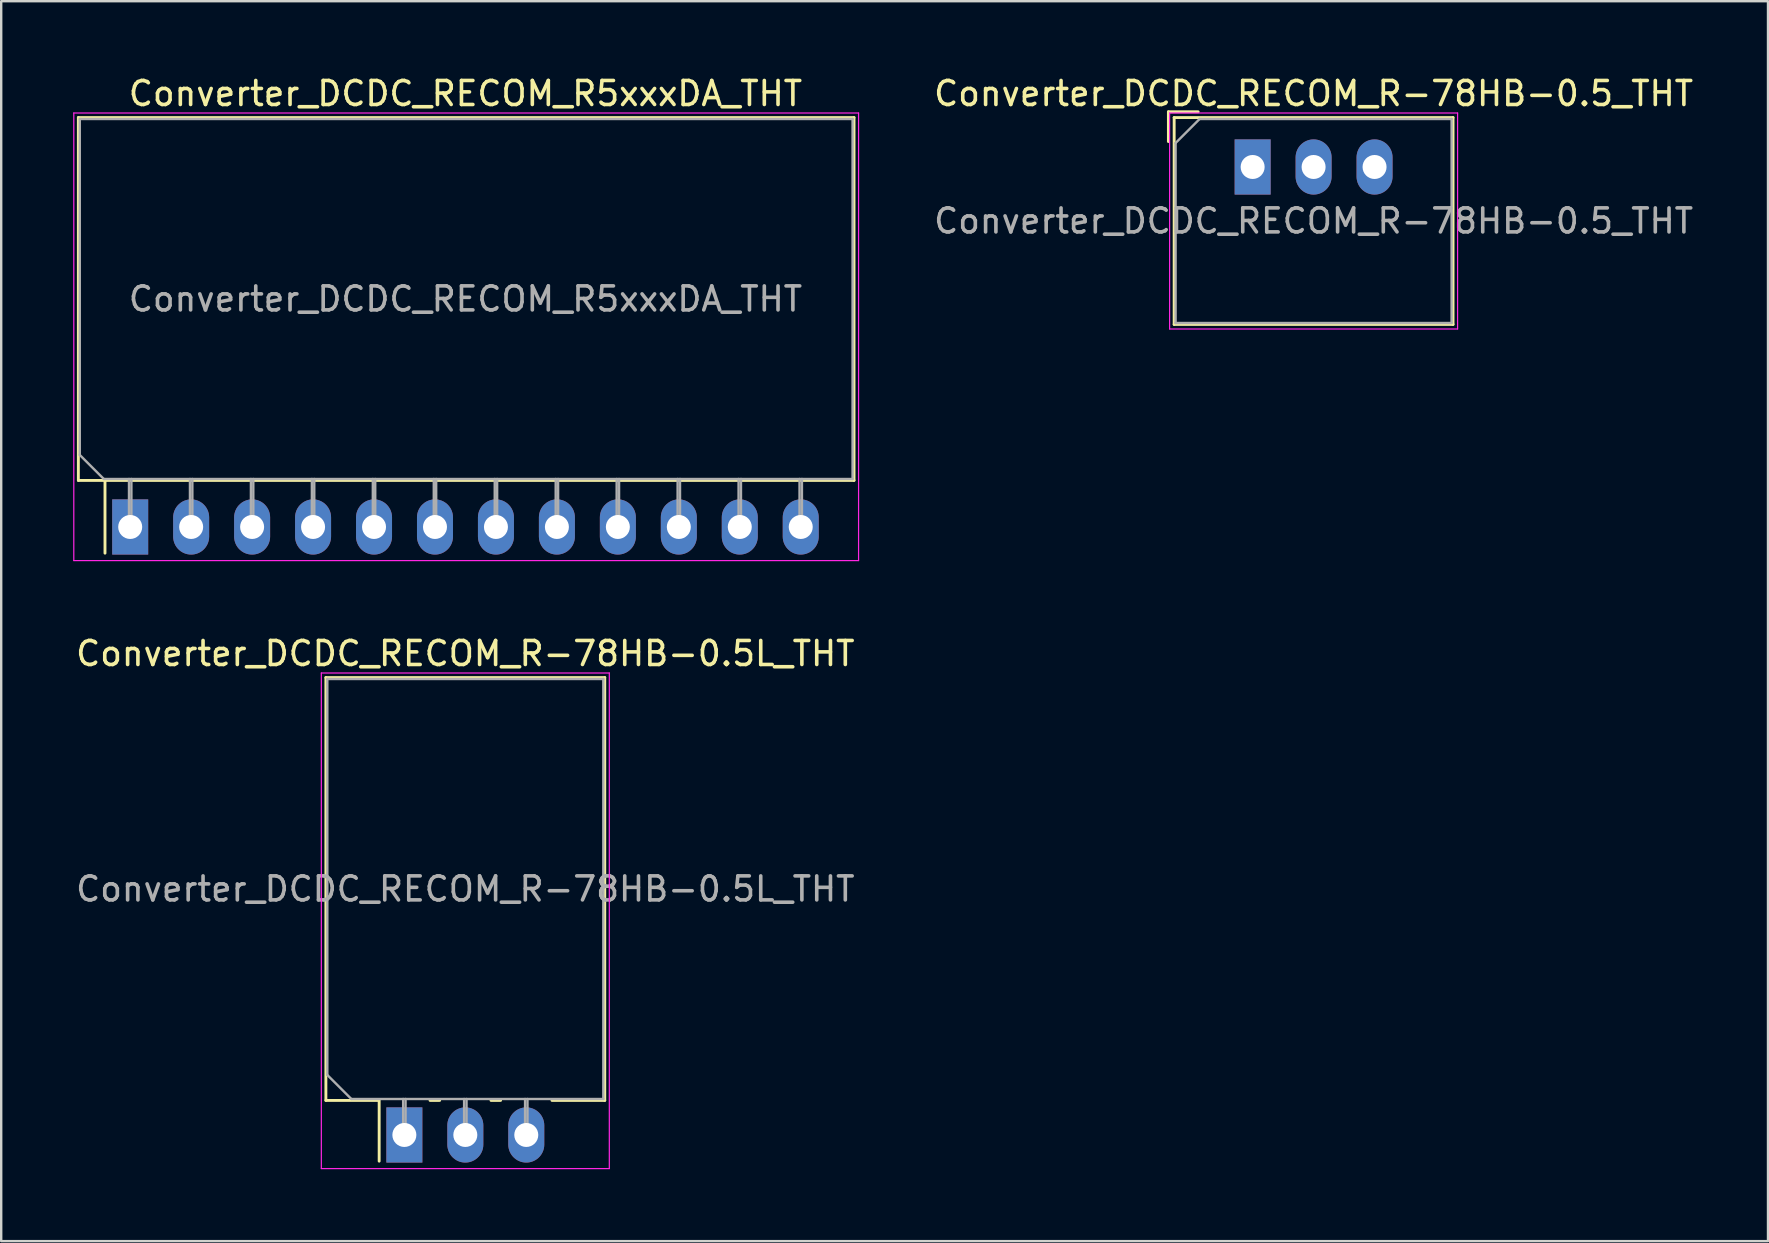
<source format=kicad_pcb>
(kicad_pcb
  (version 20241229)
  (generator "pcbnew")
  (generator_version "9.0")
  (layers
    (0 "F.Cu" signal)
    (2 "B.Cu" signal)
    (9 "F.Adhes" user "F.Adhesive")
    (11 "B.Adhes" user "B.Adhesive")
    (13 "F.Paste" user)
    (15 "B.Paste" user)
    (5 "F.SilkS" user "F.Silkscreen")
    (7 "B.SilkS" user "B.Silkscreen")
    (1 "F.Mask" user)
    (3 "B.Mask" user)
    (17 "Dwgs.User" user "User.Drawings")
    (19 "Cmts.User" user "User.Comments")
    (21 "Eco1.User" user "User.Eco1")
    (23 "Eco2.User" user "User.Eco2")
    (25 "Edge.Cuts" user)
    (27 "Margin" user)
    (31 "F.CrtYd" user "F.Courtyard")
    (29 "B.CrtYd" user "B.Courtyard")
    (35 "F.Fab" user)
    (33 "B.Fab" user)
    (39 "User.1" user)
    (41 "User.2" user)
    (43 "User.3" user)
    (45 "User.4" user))
  (footprint "Converter_DCDC_RECOM_R-78HB-0.5_THT"
    (layer "F.Cu")
    (at 49.145 3.908)
    (property "Reference" "Converter_DCDC_RECOM_R-78HB-0.5_THT" (at 2.54 -3.06 0) (layer "F.SilkS") (effects (font (size 1 1) (thickness 0.15))))
    (attr through_hole)
    (fp_line (start -3.51 -2.3) (end -2.27 -2.3) (stroke (width 0.12) (type solid)) (layer "F.SilkS"))
    (fp_line (start -3.51 -1.06) (end -3.51 -2.3) (stroke (width 0.12) (type solid)) (layer "F.SilkS"))
    (fp_line (start -3.27 -2.06) (end -3.27 6.56) (stroke (width 0.12) (type solid)) (layer "F.SilkS"))
    (fp_line (start -3.27 -2.06) (end 8.35 -2.06) (stroke (width 0.12) (type solid)) (layer "F.SilkS"))
    (fp_line (start -3.27 6.56) (end 8.35 6.56) (stroke (width 0.12) (type solid)) (layer "F.SilkS"))
    (fp_line (start 8.35 -2.06) (end 8.35 6.56) (stroke (width 0.12) (type solid)) (layer "F.SilkS"))
    (fp_line (start -3.46 -2.25) (end -3.46 6.75) (stroke (width 0.05) (type solid)) (layer "F.CrtYd"))
    (fp_line (start -3.46 6.75) (end 8.54 6.75) (stroke (width 0.05) (type solid)) (layer "F.CrtYd"))
    (fp_line (start 8.54 -2.25) (end -3.46 -2.25) (stroke (width 0.05) (type solid)) (layer "F.CrtYd"))
    (fp_line (start 8.54 6.75) (end 8.54 -2.25) (stroke (width 0.05) (type solid)) (layer "F.CrtYd"))
    (fp_line (start -3.21 -1) (end -2.21 -2) (stroke (width 0.1) (type solid)) (layer "F.Fab"))
    (fp_line (start -3.21 6.5) (end -3.21 -1) (stroke (width 0.1) (type solid)) (layer "F.Fab"))
    (fp_line (start -2.21 -2) (end 8.29 -2) (stroke (width 0.1) (type solid)) (layer "F.Fab"))
    (fp_line (start 8.29 -2) (end 8.29 6.5) (stroke (width 0.1) (type solid)) (layer "F.Fab"))
    (fp_line (start 8.29 6.5) (end -3.21 6.5) (stroke (width 0.1) (type solid)) (layer "F.Fab"))
    (fp_text user "${REFERENCE}" (at 2.54 2.25 0) (layer "F.Fab") (effects (font (size 1 1) (thickness 0.15))))
    (pad "1" thru_hole rect (at 0 0) (size 1.5 2.3) (drill 1) (layers "*.Cu" "*.Mask"))
    (pad "2" thru_hole oval (at 2.54 0) (size 1.5 2.3) (drill 1) (layers "*.Cu" "*.Mask"))
    (pad "3" thru_hole oval (at 5.08 0) (size 1.5 2.3) (drill 1) (layers "*.Cu" "*.Mask")))
  (footprint "Converter_DCDC_RECOM_R5xxxDA_THT"
    (layer "F.Cu")
    (at 2.375 18.908)
    (property "Reference" "Converter_DCDC_RECOM_R5xxxDA_THT" (at 13.97 -18.06 0) (layer "F.SilkS") (effects (font (size 1 1) (thickness 0.15))))
    (attr through_hole)
    (fp_line (start -2.16 -17.06) (end -2.16 -1.94) (stroke (width 0.12) (type solid)) (layer "F.SilkS"))
    (fp_line (start -2.16 -17.06) (end 30.16 -17.06) (stroke (width 0.12) (type solid)) (layer "F.SilkS"))
    (fp_line (start -2.16 -1.94) (end 30.16 -1.94) (stroke (width 0.12) (type solid)) (layer "F.SilkS"))
    (fp_line (start -1.05 -1.94) (end -1.05 1.091) (stroke (width 0.12) (type solid)) (layer "F.SilkS"))
    (fp_line (start 30.16 -17.06) (end 30.16 -1.94) (stroke (width 0.12) (type solid)) (layer "F.SilkS"))
    (fp_line (start -2.35 -17.25) (end -2.35 1.4) (stroke (width 0.05) (type solid)) (layer "F.CrtYd"))
    (fp_line (start -2.35 1.4) (end 30.35 1.4) (stroke (width 0.05) (type solid)) (layer "F.CrtYd"))
    (fp_line (start 30.35 -17.25) (end -2.35 -17.25) (stroke (width 0.05) (type solid)) (layer "F.CrtYd"))
    (fp_line (start 30.35 1.4) (end 30.35 -17.25) (stroke (width 0.05) (type solid)) (layer "F.CrtYd"))
    (fp_line (start -2.1 -17) (end 30.1 -17) (stroke (width 0.1) (type solid)) (layer "F.Fab"))
    (fp_line (start -2.1 -3) (end -2.1 -17) (stroke (width 0.1) (type solid)) (layer "F.Fab"))
    (fp_line (start -1.1 -2) (end -2.1 -3) (stroke (width 0.1) (type solid)) (layer "F.Fab"))
    (fp_line (start -0.05 0) (end -0.05 -2) (stroke (width 0.1) (type solid)) (layer "F.Fab"))
    (fp_line (start 0.05 0) (end 0.05 -2) (stroke (width 0.1) (type solid)) (layer "F.Fab"))
    (fp_line (start 2.49 0) (end 2.49 -2) (stroke (width 0.1) (type solid)) (layer "F.Fab"))
    (fp_line (start 2.59 0) (end 2.59 -2) (stroke (width 0.1) (type solid)) (layer "F.Fab"))
    (fp_line (start 5.03 0) (end 5.03 -2) (stroke (width 0.1) (type solid)) (layer "F.Fab"))
    (fp_line (start 5.13 0) (end 5.13 -2) (stroke (width 0.1) (type solid)) (layer "F.Fab"))
    (fp_line (start 7.57 0) (end 7.57 -2) (stroke (width 0.1) (type solid)) (layer "F.Fab"))
    (fp_line (start 7.67 0) (end 7.67 -2) (stroke (width 0.1) (type solid)) (layer "F.Fab"))
    (fp_line (start 10.11 0) (end 10.11 -2) (stroke (width 0.1) (type solid)) (layer "F.Fab"))
    (fp_line (start 10.21 0) (end 10.21 -2) (stroke (width 0.1) (type solid)) (layer "F.Fab"))
    (fp_line (start 12.65 0) (end 12.65 -2) (stroke (width 0.1) (type solid)) (layer "F.Fab"))
    (fp_line (start 12.75 0) (end 12.75 -2) (stroke (width 0.1) (type solid)) (layer "F.Fab"))
    (fp_line (start 15.19 0) (end 15.19 -2) (stroke (width 0.1) (type solid)) (layer "F.Fab"))
    (fp_line (start 15.29 0) (end 15.29 -2) (stroke (width 0.1) (type solid)) (layer "F.Fab"))
    (fp_line (start 17.73 0) (end 17.73 -2) (stroke (width 0.1) (type solid)) (layer "F.Fab"))
    (fp_line (start 17.83 0) (end 17.83 -2) (stroke (width 0.1) (type solid)) (layer "F.Fab"))
    (fp_line (start 20.27 0) (end 20.27 -2) (stroke (width 0.1) (type solid)) (layer "F.Fab"))
    (fp_line (start 20.37 0) (end 20.37 -2) (stroke (width 0.1) (type solid)) (layer "F.Fab"))
    (fp_line (start 22.81 0) (end 22.81 -2) (stroke (width 0.1) (type solid)) (layer "F.Fab"))
    (fp_line (start 22.91 0) (end 22.91 -2) (stroke (width 0.1) (type solid)) (layer "F.Fab"))
    (fp_line (start 25.35 0) (end 25.35 -2) (stroke (width 0.1) (type solid)) (layer "F.Fab"))
    (fp_line (start 25.45 0) (end 25.45 -2) (stroke (width 0.1) (type solid)) (layer "F.Fab"))
    (fp_line (start 27.89 0) (end 27.89 -2) (stroke (width 0.1) (type solid)) (layer "F.Fab"))
    (fp_line (start 27.99 0) (end 27.99 -2) (stroke (width 0.1) (type solid)) (layer "F.Fab"))
    (fp_line (start 30.1 -17) (end 30.1 -2) (stroke (width 0.1) (type solid)) (layer "F.Fab"))
    (fp_line (start 30.1 -2) (end -1.1 -2) (stroke (width 0.1) (type solid)) (layer "F.Fab"))
    (fp_text user "${REFERENCE}" (at 13.97 -9.5 0) (layer "F.Fab") (effects (font (size 1 1) (thickness 0.15))))
    (pad "1" thru_hole rect (at 0 0) (size 1.5 2.3) (drill 1) (layers "*.Cu" "*.Mask"))
    (pad "2" thru_hole oval (at 2.54 0) (size 1.5 2.3) (drill 1) (layers "*.Cu" "*.Mask"))
    (pad "3" thru_hole oval (at 5.08 0) (size 1.5 2.3) (drill 1) (layers "*.Cu" "*.Mask"))
    (pad "4" thru_hole oval (at 7.62 0) (size 1.5 2.3) (drill 1) (layers "*.Cu" "*.Mask"))
    (pad "5" thru_hole oval (at 10.16 0) (size 1.5 2.3) (drill 1) (layers "*.Cu" "*.Mask"))
    (pad "6" thru_hole oval (at 12.7 0) (size 1.5 2.3) (drill 1) (layers "*.Cu" "*.Mask"))
    (pad "7" thru_hole oval (at 15.24 0) (size 1.5 2.3) (drill 1) (layers "*.Cu" "*.Mask"))
    (pad "8" thru_hole oval (at 17.78 0) (size 1.5 2.3) (drill 1) (layers "*.Cu" "*.Mask"))
    (pad "9" thru_hole oval (at 20.32 0) (size 1.5 2.3) (drill 1) (layers "*.Cu" "*.Mask"))
    (pad "10" thru_hole oval (at 22.86 0) (size 1.5 2.3) (drill 1) (layers "*.Cu" "*.Mask"))
    (pad "11" thru_hole oval (at 25.4 0) (size 1.5 2.3) (drill 1) (layers "*.Cu" "*.Mask"))
    (pad "12" thru_hole oval (at 27.94 0) (size 1.5 2.3) (drill 1) (layers "*.Cu" "*.Mask")))
  (footprint "Converter_DCDC_RECOM_R-78HB-0.5L_THT"
    (layer "F.Cu")
    (at 13.799 44.242)
    (property "Reference" "Converter_DCDC_RECOM_R-78HB-0.5L_THT" (at 2.54 -20.06 0) (layer "F.SilkS") (effects (font (size 1 1) (thickness 0.15))))
    (attr through_hole)
    (fp_line (start -3.27 -19.06) (end -3.27 -1.44) (stroke (width 0.12) (type solid)) (layer "F.SilkS"))
    (fp_line (start -3.27 -19.06) (end 8.35 -19.06) (stroke (width 0.12) (type solid)) (layer "F.SilkS"))
    (fp_line (start -3.27 -1.44) (end -1.07 -1.44) (stroke (width 0.12) (type solid)) (layer "F.SilkS"))
    (fp_line (start -1.05 -1.44) (end -1.05 1.091) (stroke (width 0.12) (type solid)) (layer "F.SilkS"))
    (fp_line (start 1.07 -1.44) (end 1.471 -1.44) (stroke (width 0.12) (type solid)) (layer "F.SilkS"))
    (fp_line (start 3.61 -1.44) (end 4.01 -1.44) (stroke (width 0.12) (type solid)) (layer "F.SilkS"))
    (fp_line (start 6.15 -1.44) (end 8.35 -1.44) (stroke (width 0.12) (type solid)) (layer "F.SilkS"))
    (fp_line (start 8.35 -19.06) (end 8.35 -1.44) (stroke (width 0.12) (type solid)) (layer "F.SilkS"))
    (fp_line (start -3.46 -19.25) (end -3.46 1.4) (stroke (width 0.05) (type solid)) (layer "F.CrtYd"))
    (fp_line (start -3.46 1.4) (end 8.54 1.4) (stroke (width 0.05) (type solid)) (layer "F.CrtYd"))
    (fp_line (start 8.54 -19.25) (end -3.46 -19.25) (stroke (width 0.05) (type solid)) (layer "F.CrtYd"))
    (fp_line (start 8.54 1.4) (end 8.54 -19.25) (stroke (width 0.05) (type solid)) (layer "F.CrtYd"))
    (fp_line (start -3.21 -19) (end 8.29 -19) (stroke (width 0.1) (type solid)) (layer "F.Fab"))
    (fp_line (start -3.21 -2.5) (end -3.21 -19) (stroke (width 0.1) (type solid)) (layer "F.Fab"))
    (fp_line (start -2.21 -1.5) (end -3.21 -2.5) (stroke (width 0.1) (type solid)) (layer "F.Fab"))
    (fp_line (start -0.05 0) (end -0.05 -1.5) (stroke (width 0.1) (type solid)) (layer "F.Fab"))
    (fp_line (start 0.05 0) (end 0.05 -1.5) (stroke (width 0.1) (type solid)) (layer "F.Fab"))
    (fp_line (start 2.49 0) (end 2.49 -1.5) (stroke (width 0.1) (type solid)) (layer "F.Fab"))
    (fp_line (start 2.59 0) (end 2.59 -1.5) (stroke (width 0.1) (type solid)) (layer "F.Fab"))
    (fp_line (start 5.03 0) (end 5.03 -1.5) (stroke (width 0.1) (type solid)) (layer "F.Fab"))
    (fp_line (start 5.13 0) (end 5.13 -1.5) (stroke (width 0.1) (type solid)) (layer "F.Fab"))
    (fp_line (start 8.29 -19) (end 8.29 -1.5) (stroke (width 0.1) (type solid)) (layer "F.Fab"))
    (fp_line (start 8.29 -1.5) (end -2.21 -1.5) (stroke (width 0.1) (type solid)) (layer "F.Fab"))
    (fp_text user "${REFERENCE}" (at 2.54 -10.25 0) (layer "F.Fab") (effects (font (size 1 1) (thickness 0.15))))
    (pad "1" thru_hole rect (at 0 0) (size 1.5 2.3) (drill 1) (layers "*.Cu" "*.Mask"))
    (pad "2" thru_hole oval (at 2.54 0) (size 1.5 2.3) (drill 1) (layers "*.Cu" "*.Mask"))
    (pad "3" thru_hole oval (at 5.08 0) (size 1.5 2.3) (drill 1) (layers "*.Cu" "*.Mask")))
  (gr_rect
    (start -3 -3)
    (end 70.619 48.666)
    (stroke (width 0.1) (type default))
    (fill no)
    (layer "Edge.Cuts")))
</source>
